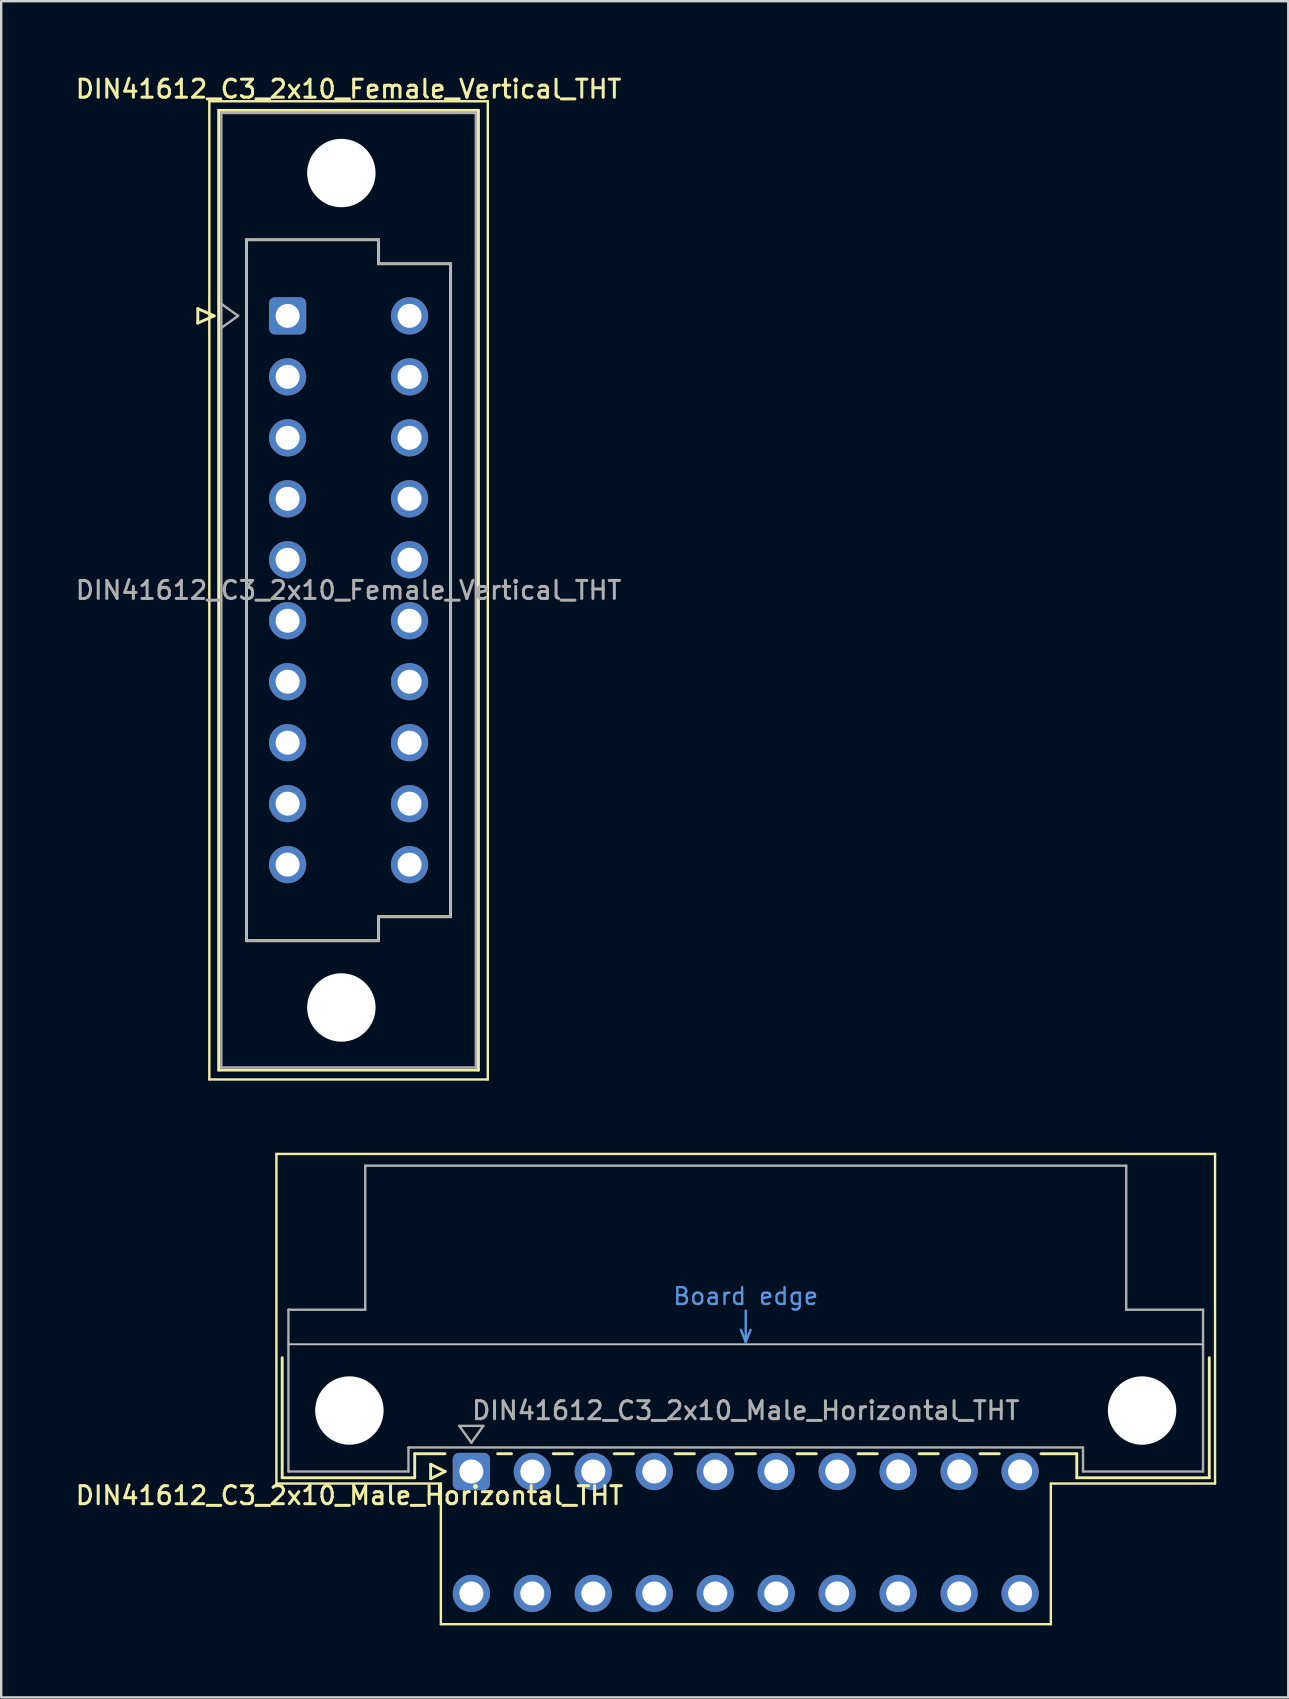
<source format=kicad_pcb>
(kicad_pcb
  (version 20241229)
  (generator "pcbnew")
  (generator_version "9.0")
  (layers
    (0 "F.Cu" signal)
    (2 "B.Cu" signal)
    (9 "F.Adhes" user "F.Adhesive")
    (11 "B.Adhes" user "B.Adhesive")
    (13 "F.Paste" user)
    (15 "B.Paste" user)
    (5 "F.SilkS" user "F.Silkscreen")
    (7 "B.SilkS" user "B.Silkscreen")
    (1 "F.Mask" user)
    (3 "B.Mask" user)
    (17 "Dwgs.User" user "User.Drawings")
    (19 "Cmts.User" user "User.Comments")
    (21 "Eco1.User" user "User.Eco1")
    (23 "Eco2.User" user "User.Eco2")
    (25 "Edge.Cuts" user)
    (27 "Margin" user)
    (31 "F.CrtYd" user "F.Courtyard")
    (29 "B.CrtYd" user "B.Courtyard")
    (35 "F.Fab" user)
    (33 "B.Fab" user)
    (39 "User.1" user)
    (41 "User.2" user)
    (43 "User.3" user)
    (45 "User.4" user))
  (footprint "DIN41612_C3_2x10_Female_Vertical_THT"
    (layer "F.Cu")
    (at 8.93 10.108)
    (property "Reference" "DIN41612_C3_2x10_Female_Vertical_THT" (at 2.54 -9.45 0) (layer "F.SilkS") (effects (font (size 0.75 0.75) (thickness 0.125))))
    (attr through_hole)
    (fp_line (start -3.74 -0.3) (end -3.74 0.3) (stroke (width 0.12) (type solid)) (layer "F.SilkS"))
    (fp_line (start -3.74 0.3) (end -3.06 0) (stroke (width 0.12) (type solid)) (layer "F.SilkS"))
    (fp_line (start -3.26 -8.94) (end 8.34 -8.94) (stroke (width 0.1) (type solid)) (layer "F.SilkS"))
    (fp_line (start -3.26 31.81) (end -3.26 -8.94) (stroke (width 0.1) (type solid)) (layer "F.SilkS"))
    (fp_line (start -3.06 0) (end -3.74 -0.3) (stroke (width 0.12) (type solid)) (layer "F.SilkS"))
    (fp_line (start -2.87 -8.56) (end 7.95 -8.56) (stroke (width 0.12) (type solid)) (layer "F.SilkS"))
    (fp_line (start -2.87 31.42) (end -2.87 -8.56) (stroke (width 0.12) (type solid)) (layer "F.SilkS"))
    (fp_line (start -1.71 -3.17) (end 3.79 -3.17) (stroke (width 0.12) (type solid)) (layer "F.SilkS"))
    (fp_line (start -1.71 26.03) (end -1.71 -3.17) (stroke (width 0.12) (type solid)) (layer "F.SilkS"))
    (fp_line (start 3.79 -3.17) (end 3.79 -2.17) (stroke (width 0.12) (type solid)) (layer "F.SilkS"))
    (fp_line (start 3.79 -2.17) (end 6.79 -2.17) (stroke (width 0.12) (type solid)) (layer "F.SilkS"))
    (fp_line (start 3.79 25.03) (end 3.79 26.03) (stroke (width 0.12) (type solid)) (layer "F.SilkS"))
    (fp_line (start 3.79 26.03) (end -1.71 26.03) (stroke (width 0.12) (type solid)) (layer "F.SilkS"))
    (fp_line (start 6.79 -2.17) (end 6.79 25.03) (stroke (width 0.12) (type solid)) (layer "F.SilkS"))
    (fp_line (start 6.79 25.03) (end 3.79 25.03) (stroke (width 0.12) (type solid)) (layer "F.SilkS"))
    (fp_line (start 7.95 -8.56) (end 7.95 31.42) (stroke (width 0.12) (type solid)) (layer "F.SilkS"))
    (fp_line (start 7.95 31.42) (end -2.87 31.42) (stroke (width 0.12) (type solid)) (layer "F.SilkS"))
    (fp_line (start 8.34 -8.94) (end 8.34 31.81) (stroke (width 0.1) (type solid)) (layer "F.SilkS"))
    (fp_line (start 8.34 31.81) (end -3.26 31.81) (stroke (width 0.1) (type solid)) (layer "F.SilkS"))
    (fp_line (start -2.76 -8.45) (end 7.84 -8.45) (stroke (width 0.1) (type solid)) (layer "F.Fab"))
    (fp_line (start -2.76 -0.5) (end -2.06 0) (stroke (width 0.1) (type solid)) (layer "F.Fab"))
    (fp_line (start -2.76 31.31) (end -2.76 -8.45) (stroke (width 0.1) (type solid)) (layer "F.Fab"))
    (fp_line (start -2.06 0) (end -2.76 0.5) (stroke (width 0.1) (type solid)) (layer "F.Fab"))
    (fp_line (start -1.71 -3.17) (end 3.79 -3.17) (stroke (width 0.1) (type solid)) (layer "F.Fab"))
    (fp_line (start -1.71 26.03) (end -1.71 -3.17) (stroke (width 0.1) (type solid)) (layer "F.Fab"))
    (fp_line (start 3.79 -3.17) (end 3.79 -2.17) (stroke (width 0.1) (type solid)) (layer "F.Fab"))
    (fp_line (start 3.79 -2.17) (end 6.79 -2.17) (stroke (width 0.1) (type solid)) (layer "F.Fab"))
    (fp_line (start 3.79 25.03) (end 3.79 26.03) (stroke (width 0.1) (type solid)) (layer "F.Fab"))
    (fp_line (start 3.79 26.03) (end -1.71 26.03) (stroke (width 0.1) (type solid)) (layer "F.Fab"))
    (fp_line (start 6.79 -2.17) (end 6.79 25.03) (stroke (width 0.1) (type solid)) (layer "F.Fab"))
    (fp_line (start 6.79 25.03) (end 3.79 25.03) (stroke (width 0.1) (type solid)) (layer "F.Fab"))
    (fp_line (start 7.84 -8.45) (end 7.84 31.31) (stroke (width 0.1) (type solid)) (layer "F.Fab"))
    (fp_line (start 7.84 31.31) (end -2.76 31.31) (stroke (width 0.1) (type solid)) (layer "F.Fab"))
    (fp_text user "${REFERENCE}" (at 2.54 11.43 0) (layer "F.Fab") (effects (font (size 0.75 0.75) (thickness 0.125))))
    (pad "" np_thru_hole circle (at 2.24 -5.95) (size 2.85 2.85) (drill 2.85) (layers "*.Cu" "*.Mask"))
    (pad "" np_thru_hole circle (at 2.24 28.81) (size 2.85 2.85) (drill 2.85) (layers "*.Cu" "*.Mask"))
    (pad "a1" thru_hole roundrect (at 0 0) (size 1.55 1.55) (drill 1) (layers "*.Cu" "*.Mask") (roundrect_rratio 0.161))
    (pad "a2" thru_hole circle (at 0 2.54) (size 1.55 1.55) (drill 1) (layers "*.Cu" "*.Mask"))
    (pad "a3" thru_hole circle (at 0 5.08) (size 1.55 1.55) (drill 1) (layers "*.Cu" "*.Mask"))
    (pad "a4" thru_hole circle (at 0 7.62) (size 1.55 1.55) (drill 1) (layers "*.Cu" "*.Mask"))
    (pad "a5" thru_hole circle (at 0 10.16) (size 1.55 1.55) (drill 1) (layers "*.Cu" "*.Mask"))
    (pad "a6" thru_hole circle (at 0 12.7) (size 1.55 1.55) (drill 1) (layers "*.Cu" "*.Mask"))
    (pad "a7" thru_hole circle (at 0 15.24) (size 1.55 1.55) (drill 1) (layers "*.Cu" "*.Mask"))
    (pad "a8" thru_hole circle (at 0 17.78) (size 1.55 1.55) (drill 1) (layers "*.Cu" "*.Mask"))
    (pad "a9" thru_hole circle (at 0 20.32) (size 1.55 1.55) (drill 1) (layers "*.Cu" "*.Mask"))
    (pad "a10" thru_hole circle (at 0 22.86) (size 1.55 1.55) (drill 1) (layers "*.Cu" "*.Mask"))
    (pad "c1" thru_hole circle (at 5.08 0) (size 1.55 1.55) (drill 1) (layers "*.Cu" "*.Mask"))
    (pad "c2" thru_hole circle (at 5.08 2.54) (size 1.55 1.55) (drill 1) (layers "*.Cu" "*.Mask"))
    (pad "c3" thru_hole circle (at 5.08 5.08) (size 1.55 1.55) (drill 1) (layers "*.Cu" "*.Mask"))
    (pad "c4" thru_hole circle (at 5.08 7.62) (size 1.55 1.55) (drill 1) (layers "*.Cu" "*.Mask"))
    (pad "c5" thru_hole circle (at 5.08 10.16) (size 1.55 1.55) (drill 1) (layers "*.Cu" "*.Mask"))
    (pad "c6" thru_hole circle (at 5.08 12.7) (size 1.55 1.55) (drill 1) (layers "*.Cu" "*.Mask"))
    (pad "c7" thru_hole circle (at 5.08 15.24) (size 1.55 1.55) (drill 1) (layers "*.Cu" "*.Mask"))
    (pad "c8" thru_hole circle (at 5.08 17.78) (size 1.55 1.55) (drill 1) (layers "*.Cu" "*.Mask"))
    (pad "c9" thru_hole circle (at 5.08 20.32) (size 1.55 1.55) (drill 1) (layers "*.Cu" "*.Mask"))
    (pad "c10" thru_hole circle (at 5.08 22.86) (size 1.55 1.55) (drill 1) (layers "*.Cu" "*.Mask")))
  (footprint "DIN41612_C3_2x10_Male_Horizontal_THT"
    (layer "F.Cu")
    (at 16.585 58.248)
    (property "Reference" "DIN41612_C3_2x10_Male_Horizontal_THT" (at -5.08 1 0) (layer "F.SilkS") (effects (font (size 0.75 0.75) (thickness 0.125))))
    (attr through_hole)
    (fp_line (start -8.12 -13.23) (end -8.12 0.5) (stroke (width 0.1) (type solid)) (layer "F.SilkS"))
    (fp_line (start -8.12 0.5) (end -1.27 0.5) (stroke (width 0.1) (type solid)) (layer "F.SilkS"))
    (fp_line (start -7.88 -4.74) (end -7.88 0.26) (stroke (width 0.12) (type solid)) (layer "F.SilkS"))
    (fp_line (start -7.88 0.26) (end -2.36 0.26) (stroke (width 0.12) (type solid)) (layer "F.SilkS"))
    (fp_line (start -2.361 -0.74) (end -1.095 -0.74) (stroke (width 0.12) (type solid)) (layer "F.SilkS"))
    (fp_line (start -2.36 0.26) (end -2.36 -0.74) (stroke (width 0.12) (type solid)) (layer "F.SilkS"))
    (fp_line (start -1.695 -0.3) (end -1.695 0.3) (stroke (width 0.12) (type solid)) (layer "F.SilkS"))
    (fp_line (start -1.695 0.3) (end -1.095 0) (stroke (width 0.12) (type solid)) (layer "F.SilkS"))
    (fp_line (start -1.27 0.5) (end -1.27 6.36) (stroke (width 0.1) (type solid)) (layer "F.SilkS"))
    (fp_line (start -1.27 6.36) (end 24.14 6.36) (stroke (width 0.1) (type solid)) (layer "F.SilkS"))
    (fp_line (start -1.095 0) (end -1.695 -0.3) (stroke (width 0.12) (type solid)) (layer "F.SilkS"))
    (fp_line (start 1.095 -0.74) (end 1.671 -0.74) (stroke (width 0.12) (type solid)) (layer "F.SilkS"))
    (fp_line (start 3.41 -0.74) (end 4.211 -0.74) (stroke (width 0.12) (type solid)) (layer "F.SilkS"))
    (fp_line (start 5.95 -0.74) (end 6.751 -0.74) (stroke (width 0.12) (type solid)) (layer "F.SilkS"))
    (fp_line (start 8.49 -0.74) (end 9.291 -0.74) (stroke (width 0.12) (type solid)) (layer "F.SilkS"))
    (fp_line (start 11.03 -0.74) (end 11.831 -0.74) (stroke (width 0.12) (type solid)) (layer "F.SilkS"))
    (fp_line (start 13.57 -0.74) (end 14.371 -0.74) (stroke (width 0.12) (type solid)) (layer "F.SilkS"))
    (fp_line (start 16.11 -0.74) (end 16.911 -0.74) (stroke (width 0.12) (type solid)) (layer "F.SilkS"))
    (fp_line (start 18.65 -0.74) (end 19.451 -0.74) (stroke (width 0.12) (type solid)) (layer "F.SilkS"))
    (fp_line (start 21.19 -0.74) (end 21.991 -0.74) (stroke (width 0.12) (type solid)) (layer "F.SilkS"))
    (fp_line (start 23.73 -0.74) (end 25.22 -0.74) (stroke (width 0.12) (type solid)) (layer "F.SilkS"))
    (fp_line (start 24.14 0.5) (end 30.98 0.5) (stroke (width 0.1) (type solid)) (layer "F.SilkS"))
    (fp_line (start 24.14 6.36) (end 24.14 0.5) (stroke (width 0.1) (type solid)) (layer "F.SilkS"))
    (fp_line (start 25.22 0.26) (end 25.22 -0.74) (stroke (width 0.12) (type solid)) (layer "F.SilkS"))
    (fp_line (start 30.74 -4.74) (end 30.74 0.26) (stroke (width 0.12) (type solid)) (layer "F.SilkS"))
    (fp_line (start 30.74 0.26) (end 25.22 0.26) (stroke (width 0.12) (type solid)) (layer "F.SilkS"))
    (fp_line (start 30.98 -13.23) (end -8.12 -13.23) (stroke (width 0.1) (type solid)) (layer "F.SilkS"))
    (fp_line (start 30.98 0.5) (end 30.98 -13.23) (stroke (width 0.1) (type solid)) (layer "F.SilkS"))
    (fp_line (start -7.62 -5.3) (end 30.48 -5.3) (stroke (width 0.08) (type solid)) (layer "Dwgs.User"))
    (fp_line (start 11.23 -5.9) (end 11.43 -5.4) (stroke (width 0.1) (type solid)) (layer "Cmts.User"))
    (fp_line (start 11.43 -5.4) (end 11.43 -6.7) (stroke (width 0.1) (type solid)) (layer "Cmts.User"))
    (fp_line (start 11.43 -5.4) (end 11.63 -5.9) (stroke (width 0.1) (type solid)) (layer "Cmts.User"))
    (fp_line (start -7.62 -6.74) (end -7.62 0) (stroke (width 0.1) (type solid)) (layer "F.Fab"))
    (fp_line (start -7.62 0) (end -2.62 0) (stroke (width 0.1) (type solid)) (layer "F.Fab"))
    (fp_line (start -4.42 -12.74) (end -4.42 -6.74) (stroke (width 0.1) (type solid)) (layer "F.Fab"))
    (fp_line (start -4.42 -6.74) (end -7.62 -6.74) (stroke (width 0.1) (type solid)) (layer "F.Fab"))
    (fp_line (start -2.62 -1) (end 25.48 -1) (stroke (width 0.1) (type solid)) (layer "F.Fab"))
    (fp_line (start -2.62 0) (end -2.62 -1) (stroke (width 0.1) (type solid)) (layer "F.Fab"))
    (fp_line (start -0.5 -1.9) (end 0.5 -1.9) (stroke (width 0.1) (type solid)) (layer "F.Fab"))
    (fp_line (start 0 -1.2) (end -0.5 -1.9) (stroke (width 0.1) (type solid)) (layer "F.Fab"))
    (fp_line (start 0.5 -1.9) (end 0 -1.2) (stroke (width 0.1) (type solid)) (layer "F.Fab"))
    (fp_line (start 25.48 -1) (end 25.48 0) (stroke (width 0.1) (type solid)) (layer "F.Fab"))
    (fp_line (start 25.48 0) (end 30.48 0) (stroke (width 0.1) (type solid)) (layer "F.Fab"))
    (fp_line (start 27.28 -12.74) (end -4.42 -12.74) (stroke (width 0.1) (type solid)) (layer "F.Fab"))
    (fp_line (start 27.28 -6.74) (end 27.28 -12.74) (stroke (width 0.1) (type solid)) (layer "F.Fab"))
    (fp_line (start 30.48 -6.74) (end 27.28 -6.74) (stroke (width 0.1) (type solid)) (layer "F.Fab"))
    (fp_line (start 30.48 0) (end 30.48 -6.74) (stroke (width 0.1) (type solid)) (layer "F.Fab"))
    (fp_text user "Board edge" (at 11.43 -7.3 0) (layer "Cmts.User") (effects (font (size 0.7 0.7) (thickness 0.1))))
    (fp_text user "${REFERENCE}" (at 11.43 -2.54 0) (layer "F.Fab") (effects (font (size 0.75 0.75) (thickness 0.125))))
    (pad "" np_thru_hole circle (at -5.08 -2.54) (size 2.85 2.85) (drill 2.85) (layers "*.Cu" "*.Mask"))
    (pad "" np_thru_hole circle (at 27.94 -2.54) (size 2.85 2.85) (drill 2.85) (layers "*.Cu" "*.Mask"))
    (pad "a1" thru_hole roundrect (at 0 0) (size 1.55 1.55) (drill 1) (layers "*.Cu" "*.Mask") (roundrect_rratio 0.161))
    (pad "a2" thru_hole circle (at 2.54 0) (size 1.55 1.55) (drill 1) (layers "*.Cu" "*.Mask"))
    (pad "a3" thru_hole circle (at 5.08 0) (size 1.55 1.55) (drill 1) (layers "*.Cu" "*.Mask"))
    (pad "a4" thru_hole circle (at 7.62 0) (size 1.55 1.55) (drill 1) (layers "*.Cu" "*.Mask"))
    (pad "a5" thru_hole circle (at 10.16 0) (size 1.55 1.55) (drill 1) (layers "*.Cu" "*.Mask"))
    (pad "a6" thru_hole circle (at 12.7 0) (size 1.55 1.55) (drill 1) (layers "*.Cu" "*.Mask"))
    (pad "a7" thru_hole circle (at 15.24 0) (size 1.55 1.55) (drill 1) (layers "*.Cu" "*.Mask"))
    (pad "a8" thru_hole circle (at 17.78 0) (size 1.55 1.55) (drill 1) (layers "*.Cu" "*.Mask"))
    (pad "a9" thru_hole circle (at 20.32 0) (size 1.55 1.55) (drill 1) (layers "*.Cu" "*.Mask"))
    (pad "a10" thru_hole circle (at 22.86 0) (size 1.55 1.55) (drill 1) (layers "*.Cu" "*.Mask"))
    (pad "c1" thru_hole circle (at 0 5.08) (size 1.55 1.55) (drill 1) (layers "*.Cu" "*.Mask"))
    (pad "c2" thru_hole circle (at 2.54 5.08) (size 1.55 1.55) (drill 1) (layers "*.Cu" "*.Mask"))
    (pad "c3" thru_hole circle (at 5.08 5.08) (size 1.55 1.55) (drill 1) (layers "*.Cu" "*.Mask"))
    (pad "c4" thru_hole circle (at 7.62 5.08) (size 1.55 1.55) (drill 1) (layers "*.Cu" "*.Mask"))
    (pad "c5" thru_hole circle (at 10.16 5.08) (size 1.55 1.55) (drill 1) (layers "*.Cu" "*.Mask"))
    (pad "c6" thru_hole circle (at 12.7 5.08) (size 1.55 1.55) (drill 1) (layers "*.Cu" "*.Mask"))
    (pad "c7" thru_hole circle (at 15.24 5.08) (size 1.55 1.55) (drill 1) (layers "*.Cu" "*.Mask"))
    (pad "c8" thru_hole circle (at 17.78 5.08) (size 1.55 1.55) (drill 1) (layers "*.Cu" "*.Mask"))
    (pad "c9" thru_hole circle (at 20.32 5.08) (size 1.55 1.55) (drill 1) (layers "*.Cu" "*.Mask"))
    (pad "c10" thru_hole circle (at 22.86 5.08) (size 1.55 1.55) (drill 1) (layers "*.Cu" "*.Mask")))
  (gr_rect
    (start -3 -3)
    (end 50.615 67.658)
    (stroke (width 0.1) (type default))
    (fill no)
    (layer "Edge.Cuts")))
</source>
